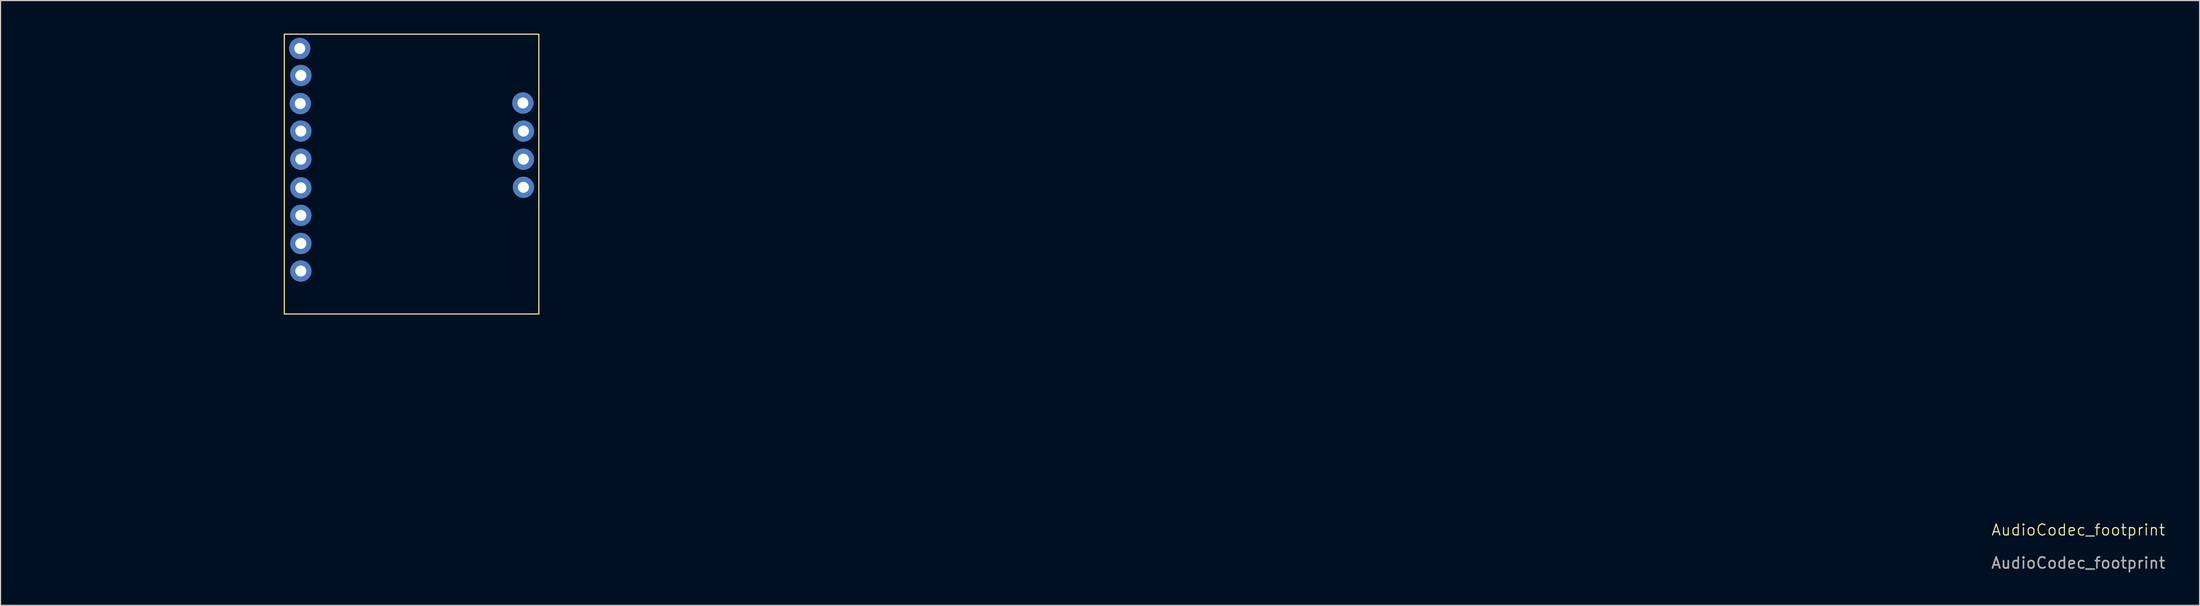
<source format=kicad_pcb>
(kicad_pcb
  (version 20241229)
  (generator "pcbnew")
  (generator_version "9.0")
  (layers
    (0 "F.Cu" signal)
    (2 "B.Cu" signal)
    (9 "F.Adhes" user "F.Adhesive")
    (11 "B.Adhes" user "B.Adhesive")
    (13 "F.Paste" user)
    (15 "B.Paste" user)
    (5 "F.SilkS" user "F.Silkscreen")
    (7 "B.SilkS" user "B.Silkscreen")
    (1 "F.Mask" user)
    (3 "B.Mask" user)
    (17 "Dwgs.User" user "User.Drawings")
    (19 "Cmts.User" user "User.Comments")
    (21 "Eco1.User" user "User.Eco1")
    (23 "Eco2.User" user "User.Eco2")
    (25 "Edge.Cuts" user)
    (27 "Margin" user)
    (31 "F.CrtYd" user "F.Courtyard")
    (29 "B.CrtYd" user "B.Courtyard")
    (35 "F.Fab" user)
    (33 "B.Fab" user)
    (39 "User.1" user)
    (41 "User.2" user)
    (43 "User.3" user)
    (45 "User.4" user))
  (footprint "AudioCodec_footprint"
    (layer "F.Cu")
    (at 0.25 12.65)
    (property "Reference" "AudioCodec_footprint" (at 185.3 32.4 0) (unlocked yes) (layer "F.SilkS") (effects (font (size 1 1) (thickness 0.1))))
    (attr smd)
    (fp_rect (start 22.5 -12.6) (end 45.6 12.8) (stroke (width 0.1) (type default)) (fill no) (layer "F.SilkS"))
    (fp_text user "${REFERENCE}" (at 185.3 35.4 0) (unlocked yes) (layer "F.Fab") (effects (font (size 1 1) (thickness 0.15))))
    (pad "1" thru_hole circle (at 23.9 -11.3) (size 1.93 1.93) (drill 1) (layers "*.Cu" "*.Mask"))
    (pad "2" thru_hole circle (at 24 -8.85) (size 1.93 1.93) (drill 1) (layers "*.Cu" "*.Mask"))
    (pad "3" thru_hole circle (at 23.95 -6.3) (size 1.93 1.93) (drill 1) (layers "*.Cu" "*.Mask"))
    (pad "4" thru_hole circle (at 24 -3.8) (size 1.93 1.93) (drill 1) (layers "*.Cu" "*.Mask"))
    (pad "5" thru_hole circle (at 24 -1.25) (size 1.93 1.93) (drill 1) (layers "*.Cu" "*.Mask"))
    (pad "6" thru_hole circle (at 24 1.35) (size 1.93 1.93) (drill 1) (layers "*.Cu" "*.Mask"))
    (pad "7" thru_hole circle (at 24 3.85) (size 1.93 1.93) (drill 1) (layers "*.Cu" "*.Mask"))
    (pad "8" thru_hole circle (at 24 6.4) (size 1.93 1.93) (drill 1) (layers "*.Cu" "*.Mask"))
    (pad "9" thru_hole circle (at 24 8.9) (size 1.93 1.93) (drill 1) (layers "*.Cu" "*.Mask"))
    (pad "10" thru_hole circle (at 44.15 -6.35) (size 1.93 1.93) (drill 1) (layers "*.Cu" "*.Mask"))
    (pad "11" thru_hole circle (at 44.2 -3.8) (size 1.93 1.93) (drill 1) (layers "*.Cu" "*.Mask"))
    (pad "12" thru_hole circle (at 44.2 -1.25) (size 1.93 1.93) (drill 1) (layers "*.Cu" "*.Mask"))
    (pad "13" thru_hole circle (at 44.2 1.3) (size 1.93 1.93) (drill 1) (layers "*.Cu" "*.Mask")))
  (gr_rect
    (start -3 -3)
    (end 196.556 51.898)
    (stroke (width 0.1) (type default))
    (fill no)
    (layer "Edge.Cuts")))
</source>
